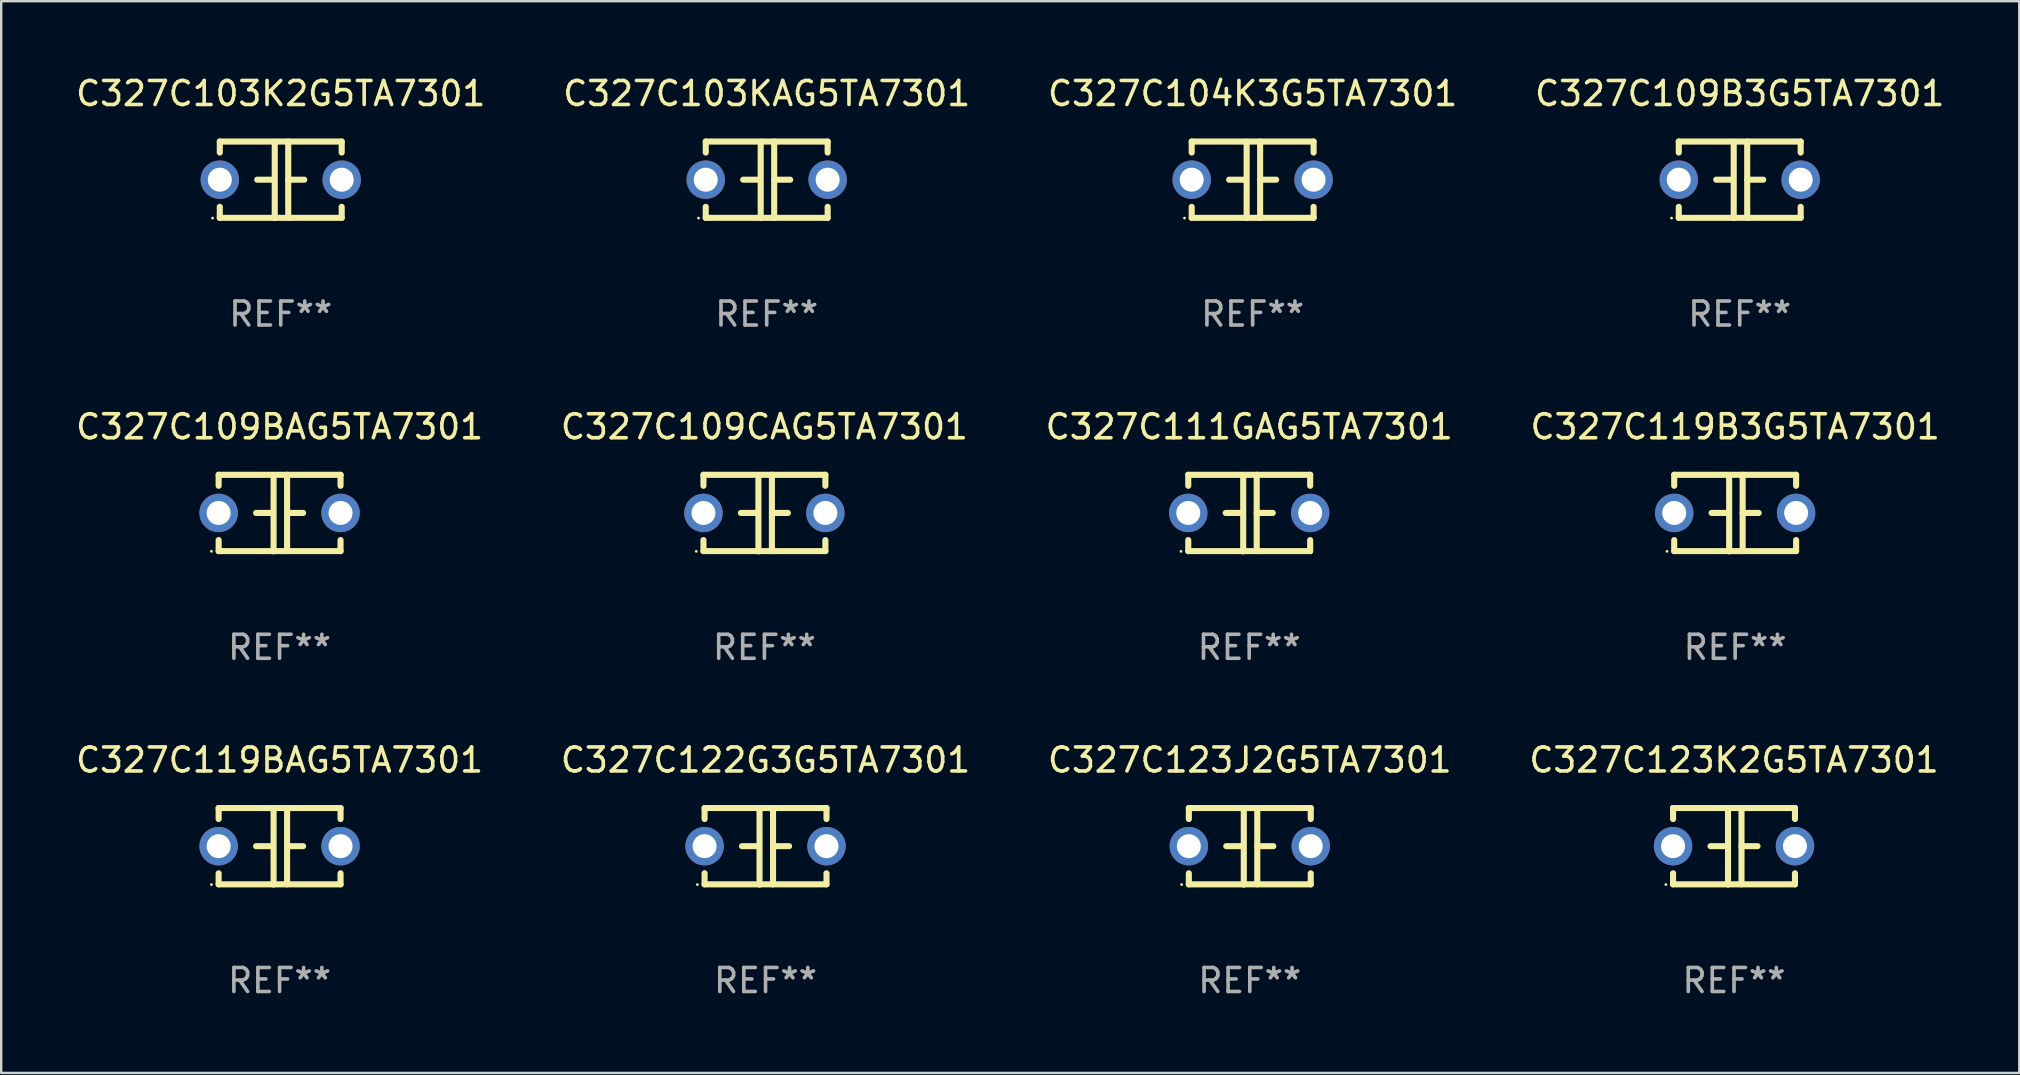
<source format=kicad_pcb>
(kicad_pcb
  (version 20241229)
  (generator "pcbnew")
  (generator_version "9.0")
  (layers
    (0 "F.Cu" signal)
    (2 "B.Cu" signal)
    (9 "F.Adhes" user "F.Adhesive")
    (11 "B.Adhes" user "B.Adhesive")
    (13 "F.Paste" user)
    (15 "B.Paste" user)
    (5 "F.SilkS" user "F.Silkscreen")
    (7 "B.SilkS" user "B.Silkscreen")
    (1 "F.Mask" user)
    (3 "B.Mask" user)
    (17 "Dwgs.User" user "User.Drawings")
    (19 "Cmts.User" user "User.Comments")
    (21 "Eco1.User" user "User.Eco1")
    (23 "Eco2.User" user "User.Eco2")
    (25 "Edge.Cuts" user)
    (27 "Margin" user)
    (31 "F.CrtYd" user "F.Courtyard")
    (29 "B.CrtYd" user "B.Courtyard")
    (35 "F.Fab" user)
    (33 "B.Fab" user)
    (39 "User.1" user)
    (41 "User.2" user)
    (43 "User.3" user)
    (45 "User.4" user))
  (footprint "C327C123J2G5TA7301"
    (layer "F.Cu")
    (at 49.03 32.216)
    (property "Reference" "C327C123J2G5TA7301" (at 0 -3.595 0) (layer "F.SilkS") (effects (font (size 1 1) (thickness 0.15))))
    (attr through_hole)
    (fp_line (start -2.54 -1.595) (end -2.54 -1.136) (stroke (width 0.254) (type solid)) (layer "F.SilkS"))
    (fp_line (start -2.54 -1.595) (end 2.54 -1.595) (stroke (width 0.254) (type solid)) (layer "F.SilkS"))
    (fp_line (start -2.54 1.126) (end -2.54 1.585) (stroke (width 0.254) (type solid)) (layer "F.SilkS"))
    (fp_line (start -0.312 -0.005) (end -0.98 -0.005) (stroke (width 0.254) (type solid)) (layer "F.SilkS"))
    (fp_line (start -0.25 -1.585) (end -0.25 1.595) (stroke (width 0.254) (type solid)) (layer "F.SilkS"))
    (fp_line (start 0.312 -1.595) (end 0.312 1.585) (stroke (width 0.254) (type solid)) (layer "F.SilkS"))
    (fp_line (start 0.312 -0.005) (end 0.98 -0.005) (stroke (width 0.254) (type solid)) (layer "F.SilkS"))
    (fp_line (start 2.54 -1.595) (end 2.54 -1.136) (stroke (width 0.254) (type solid)) (layer "F.SilkS"))
    (fp_line (start 2.54 1.126) (end 2.54 1.585) (stroke (width 0.254) (type solid)) (layer "F.SilkS"))
    (fp_line (start 2.54 1.585) (end -2.54 1.585) (stroke (width 0.254) (type solid)) (layer "F.SilkS"))
    (fp_circle (center -2.84 1.595) (end -2.81 1.595) (stroke (width 0.06) (type solid)) (fill no) (layer "F.SilkS"))
    (fp_text user "REF**" (at 0 5.595 0) (layer "F.Fab") (effects (font (size 1 1) (thickness 0.15))))
    (pad "1" thru_hole circle (at -2.54 -0.005) (size 1.6 1.6) (drill 1) (layers "*.Cu" "*.Mask"))
    (pad "2" thru_hole circle (at 2.54 -0.005) (size 1.6 1.6) (drill 1) (layers "*.Cu" "*.Mask")))
  (footprint "C327C119BAG5TA7301"
    (layer "F.Cu")
    (at 8.601 32.216)
    (property "Reference" "C327C119BAG5TA7301" (at 0 -3.595 0) (layer "F.SilkS") (effects (font (size 1 1) (thickness 0.15))))
    (attr through_hole)
    (fp_line (start -2.54 -1.595) (end -2.54 -1.136) (stroke (width 0.254) (type solid)) (layer "F.SilkS"))
    (fp_line (start -2.54 -1.595) (end 2.54 -1.595) (stroke (width 0.254) (type solid)) (layer "F.SilkS"))
    (fp_line (start -2.54 1.126) (end -2.54 1.585) (stroke (width 0.254) (type solid)) (layer "F.SilkS"))
    (fp_line (start -0.312 -0.005) (end -0.98 -0.005) (stroke (width 0.254) (type solid)) (layer "F.SilkS"))
    (fp_line (start -0.25 -1.585) (end -0.25 1.595) (stroke (width 0.254) (type solid)) (layer "F.SilkS"))
    (fp_line (start 0.312 -1.595) (end 0.312 1.585) (stroke (width 0.254) (type solid)) (layer "F.SilkS"))
    (fp_line (start 0.312 -0.005) (end 0.98 -0.005) (stroke (width 0.254) (type solid)) (layer "F.SilkS"))
    (fp_line (start 2.54 -1.595) (end 2.54 -1.136) (stroke (width 0.254) (type solid)) (layer "F.SilkS"))
    (fp_line (start 2.54 1.126) (end 2.54 1.585) (stroke (width 0.254) (type solid)) (layer "F.SilkS"))
    (fp_line (start 2.54 1.585) (end -2.54 1.585) (stroke (width 0.254) (type solid)) (layer "F.SilkS"))
    (fp_circle (center -2.84 1.595) (end -2.81 1.595) (stroke (width 0.06) (type solid)) (fill no) (layer "F.SilkS"))
    (fp_text user "REF**" (at 0 5.595 0) (layer "F.Fab") (effects (font (size 1 1) (thickness 0.15))))
    (pad "1" thru_hole circle (at -2.54 -0.005) (size 1.6 1.6) (drill 1) (layers "*.Cu" "*.Mask"))
    (pad "2" thru_hole circle (at 2.54 -0.005) (size 1.6 1.6) (drill 1) (layers "*.Cu" "*.Mask")))
  (footprint "C327C109CAG5TA7301"
    (layer "F.Cu")
    (at 28.804 18.33)
    (property "Reference" "C327C109CAG5TA7301" (at 0 -3.595 0) (layer "F.SilkS") (effects (font (size 1 1) (thickness 0.15))))
    (attr through_hole)
    (fp_line (start -2.54 -1.595) (end -2.54 -1.136) (stroke (width 0.254) (type solid)) (layer "F.SilkS"))
    (fp_line (start -2.54 -1.595) (end 2.54 -1.595) (stroke (width 0.254) (type solid)) (layer "F.SilkS"))
    (fp_line (start -2.54 1.126) (end -2.54 1.585) (stroke (width 0.254) (type solid)) (layer "F.SilkS"))
    (fp_line (start -0.312 -0.005) (end -0.98 -0.005) (stroke (width 0.254) (type solid)) (layer "F.SilkS"))
    (fp_line (start -0.25 -1.585) (end -0.25 1.595) (stroke (width 0.254) (type solid)) (layer "F.SilkS"))
    (fp_line (start 0.312 -1.595) (end 0.312 1.585) (stroke (width 0.254) (type solid)) (layer "F.SilkS"))
    (fp_line (start 0.312 -0.005) (end 0.98 -0.005) (stroke (width 0.254) (type solid)) (layer "F.SilkS"))
    (fp_line (start 2.54 -1.595) (end 2.54 -1.136) (stroke (width 0.254) (type solid)) (layer "F.SilkS"))
    (fp_line (start 2.54 1.126) (end 2.54 1.585) (stroke (width 0.254) (type solid)) (layer "F.SilkS"))
    (fp_line (start 2.54 1.585) (end -2.54 1.585) (stroke (width 0.254) (type solid)) (layer "F.SilkS"))
    (fp_circle (center -2.84 1.595) (end -2.81 1.595) (stroke (width 0.06) (type solid)) (fill no) (layer "F.SilkS"))
    (fp_text user "REF**" (at 0 5.595 0) (layer "F.Fab") (effects (font (size 1 1) (thickness 0.15))))
    (pad "1" thru_hole circle (at -2.54 -0.005) (size 1.6 1.6) (drill 1) (layers "*.Cu" "*.Mask"))
    (pad "2" thru_hole circle (at 2.54 -0.005) (size 1.6 1.6) (drill 1) (layers "*.Cu" "*.Mask")))
  (footprint "C327C109BAG5TA7301"
    (layer "F.Cu")
    (at 8.601 18.33)
    (property "Reference" "C327C109BAG5TA7301" (at 0 -3.595 0) (layer "F.SilkS") (effects (font (size 1 1) (thickness 0.15))))
    (attr through_hole)
    (fp_line (start -2.54 -1.595) (end -2.54 -1.136) (stroke (width 0.254) (type solid)) (layer "F.SilkS"))
    (fp_line (start -2.54 -1.595) (end 2.54 -1.595) (stroke (width 0.254) (type solid)) (layer "F.SilkS"))
    (fp_line (start -2.54 1.126) (end -2.54 1.585) (stroke (width 0.254) (type solid)) (layer "F.SilkS"))
    (fp_line (start -0.312 -0.005) (end -0.98 -0.005) (stroke (width 0.254) (type solid)) (layer "F.SilkS"))
    (fp_line (start -0.25 -1.585) (end -0.25 1.595) (stroke (width 0.254) (type solid)) (layer "F.SilkS"))
    (fp_line (start 0.312 -1.595) (end 0.312 1.585) (stroke (width 0.254) (type solid)) (layer "F.SilkS"))
    (fp_line (start 0.312 -0.005) (end 0.98 -0.005) (stroke (width 0.254) (type solid)) (layer "F.SilkS"))
    (fp_line (start 2.54 -1.595) (end 2.54 -1.136) (stroke (width 0.254) (type solid)) (layer "F.SilkS"))
    (fp_line (start 2.54 1.126) (end 2.54 1.585) (stroke (width 0.254) (type solid)) (layer "F.SilkS"))
    (fp_line (start 2.54 1.585) (end -2.54 1.585) (stroke (width 0.254) (type solid)) (layer "F.SilkS"))
    (fp_circle (center -2.84 1.595) (end -2.81 1.595) (stroke (width 0.06) (type solid)) (fill no) (layer "F.SilkS"))
    (fp_text user "REF**" (at 0 5.595 0) (layer "F.Fab") (effects (font (size 1 1) (thickness 0.15))))
    (pad "1" thru_hole circle (at -2.54 -0.005) (size 1.6 1.6) (drill 1) (layers "*.Cu" "*.Mask"))
    (pad "2" thru_hole circle (at 2.54 -0.005) (size 1.6 1.6) (drill 1) (layers "*.Cu" "*.Mask")))
  (footprint "C327C123K2G5TA7301"
    (layer "F.Cu")
    (at 69.208 32.216)
    (property "Reference" "C327C123K2G5TA7301" (at 0 -3.595 0) (layer "F.SilkS") (effects (font (size 1 1) (thickness 0.15))))
    (attr through_hole)
    (fp_line (start -2.54 -1.595) (end -2.54 -1.136) (stroke (width 0.254) (type solid)) (layer "F.SilkS"))
    (fp_line (start -2.54 -1.595) (end 2.54 -1.595) (stroke (width 0.254) (type solid)) (layer "F.SilkS"))
    (fp_line (start -2.54 1.126) (end -2.54 1.585) (stroke (width 0.254) (type solid)) (layer "F.SilkS"))
    (fp_line (start -0.312 -0.005) (end -0.98 -0.005) (stroke (width 0.254) (type solid)) (layer "F.SilkS"))
    (fp_line (start -0.25 -1.585) (end -0.25 1.595) (stroke (width 0.254) (type solid)) (layer "F.SilkS"))
    (fp_line (start 0.312 -1.595) (end 0.312 1.585) (stroke (width 0.254) (type solid)) (layer "F.SilkS"))
    (fp_line (start 0.312 -0.005) (end 0.98 -0.005) (stroke (width 0.254) (type solid)) (layer "F.SilkS"))
    (fp_line (start 2.54 -1.595) (end 2.54 -1.136) (stroke (width 0.254) (type solid)) (layer "F.SilkS"))
    (fp_line (start 2.54 1.126) (end 2.54 1.585) (stroke (width 0.254) (type solid)) (layer "F.SilkS"))
    (fp_line (start 2.54 1.585) (end -2.54 1.585) (stroke (width 0.254) (type solid)) (layer "F.SilkS"))
    (fp_circle (center -2.84 1.595) (end -2.81 1.595) (stroke (width 0.06) (type solid)) (fill no) (layer "F.SilkS"))
    (fp_text user "REF**" (at 0 5.595 0) (layer "F.Fab") (effects (font (size 1 1) (thickness 0.15))))
    (pad "1" thru_hole circle (at -2.54 -0.005) (size 1.6 1.6) (drill 1) (layers "*.Cu" "*.Mask"))
    (pad "2" thru_hole circle (at 2.54 -0.005) (size 1.6 1.6) (drill 1) (layers "*.Cu" "*.Mask")))
  (footprint "C327C109B3G5TA7301"
    (layer "F.Cu")
    (at 69.446 4.443)
    (property "Reference" "C327C109B3G5TA7301" (at 0 -3.595 0) (layer "F.SilkS") (effects (font (size 1 1) (thickness 0.15))))
    (attr through_hole)
    (fp_line (start -2.54 -1.595) (end -2.54 -1.136) (stroke (width 0.254) (type solid)) (layer "F.SilkS"))
    (fp_line (start -2.54 -1.595) (end 2.54 -1.595) (stroke (width 0.254) (type solid)) (layer "F.SilkS"))
    (fp_line (start -2.54 1.126) (end -2.54 1.585) (stroke (width 0.254) (type solid)) (layer "F.SilkS"))
    (fp_line (start -0.312 -0.005) (end -0.98 -0.005) (stroke (width 0.254) (type solid)) (layer "F.SilkS"))
    (fp_line (start -0.25 -1.585) (end -0.25 1.595) (stroke (width 0.254) (type solid)) (layer "F.SilkS"))
    (fp_line (start 0.312 -1.595) (end 0.312 1.585) (stroke (width 0.254) (type solid)) (layer "F.SilkS"))
    (fp_line (start 0.312 -0.005) (end 0.98 -0.005) (stroke (width 0.254) (type solid)) (layer "F.SilkS"))
    (fp_line (start 2.54 -1.595) (end 2.54 -1.136) (stroke (width 0.254) (type solid)) (layer "F.SilkS"))
    (fp_line (start 2.54 1.126) (end 2.54 1.585) (stroke (width 0.254) (type solid)) (layer "F.SilkS"))
    (fp_line (start 2.54 1.585) (end -2.54 1.585) (stroke (width 0.254) (type solid)) (layer "F.SilkS"))
    (fp_circle (center -2.84 1.595) (end -2.81 1.595) (stroke (width 0.06) (type solid)) (fill no) (layer "F.SilkS"))
    (fp_text user "REF**" (at 0 5.595 0) (layer "F.Fab") (effects (font (size 1 1) (thickness 0.15))))
    (pad "1" thru_hole circle (at -2.54 -0.005) (size 1.6 1.6) (drill 1) (layers "*.Cu" "*.Mask"))
    (pad "2" thru_hole circle (at 2.54 -0.005) (size 1.6 1.6) (drill 1) (layers "*.Cu" "*.Mask")))
  (footprint "C327C103K2G5TA7301"
    (layer "F.Cu")
    (at 8.649 4.443)
    (property "Reference" "C327C103K2G5TA7301" (at 0 -3.595 0) (layer "F.SilkS") (effects (font (size 1 1) (thickness 0.15))))
    (attr through_hole)
    (fp_line (start -2.54 -1.595) (end -2.54 -1.136) (stroke (width 0.254) (type solid)) (layer "F.SilkS"))
    (fp_line (start -2.54 -1.595) (end 2.54 -1.595) (stroke (width 0.254) (type solid)) (layer "F.SilkS"))
    (fp_line (start -2.54 1.126) (end -2.54 1.585) (stroke (width 0.254) (type solid)) (layer "F.SilkS"))
    (fp_line (start -0.312 -0.005) (end -0.98 -0.005) (stroke (width 0.254) (type solid)) (layer "F.SilkS"))
    (fp_line (start -0.25 -1.585) (end -0.25 1.595) (stroke (width 0.254) (type solid)) (layer "F.SilkS"))
    (fp_line (start 0.312 -1.595) (end 0.312 1.585) (stroke (width 0.254) (type solid)) (layer "F.SilkS"))
    (fp_line (start 0.312 -0.005) (end 0.98 -0.005) (stroke (width 0.254) (type solid)) (layer "F.SilkS"))
    (fp_line (start 2.54 -1.595) (end 2.54 -1.136) (stroke (width 0.254) (type solid)) (layer "F.SilkS"))
    (fp_line (start 2.54 1.126) (end 2.54 1.585) (stroke (width 0.254) (type solid)) (layer "F.SilkS"))
    (fp_line (start 2.54 1.585) (end -2.54 1.585) (stroke (width 0.254) (type solid)) (layer "F.SilkS"))
    (fp_circle (center -2.84 1.595) (end -2.81 1.595) (stroke (width 0.06) (type solid)) (fill no) (layer "F.SilkS"))
    (fp_text user "REF**" (at 0 5.595 0) (layer "F.Fab") (effects (font (size 1 1) (thickness 0.15))))
    (pad "1" thru_hole circle (at -2.54 -0.005) (size 1.6 1.6) (drill 1) (layers "*.Cu" "*.Mask"))
    (pad "2" thru_hole circle (at 2.54 -0.005) (size 1.6 1.6) (drill 1) (layers "*.Cu" "*.Mask")))
  (footprint "C327C111GAG5TA7301"
    (layer "F.Cu")
    (at 49.006 18.33)
    (property "Reference" "C327C111GAG5TA7301" (at 0 -3.595 0) (layer "F.SilkS") (effects (font (size 1 1) (thickness 0.15))))
    (attr through_hole)
    (fp_line (start -2.54 -1.595) (end -2.54 -1.136) (stroke (width 0.254) (type solid)) (layer "F.SilkS"))
    (fp_line (start -2.54 -1.595) (end 2.54 -1.595) (stroke (width 0.254) (type solid)) (layer "F.SilkS"))
    (fp_line (start -2.54 1.126) (end -2.54 1.585) (stroke (width 0.254) (type solid)) (layer "F.SilkS"))
    (fp_line (start -0.312 -0.005) (end -0.98 -0.005) (stroke (width 0.254) (type solid)) (layer "F.SilkS"))
    (fp_line (start -0.25 -1.585) (end -0.25 1.595) (stroke (width 0.254) (type solid)) (layer "F.SilkS"))
    (fp_line (start 0.312 -1.595) (end 0.312 1.585) (stroke (width 0.254) (type solid)) (layer "F.SilkS"))
    (fp_line (start 0.312 -0.005) (end 0.98 -0.005) (stroke (width 0.254) (type solid)) (layer "F.SilkS"))
    (fp_line (start 2.54 -1.595) (end 2.54 -1.136) (stroke (width 0.254) (type solid)) (layer "F.SilkS"))
    (fp_line (start 2.54 1.126) (end 2.54 1.585) (stroke (width 0.254) (type solid)) (layer "F.SilkS"))
    (fp_line (start 2.54 1.585) (end -2.54 1.585) (stroke (width 0.254) (type solid)) (layer "F.SilkS"))
    (fp_circle (center -2.84 1.595) (end -2.81 1.595) (stroke (width 0.06) (type solid)) (fill no) (layer "F.SilkS"))
    (fp_text user "REF**" (at 0 5.595 0) (layer "F.Fab") (effects (font (size 1 1) (thickness 0.15))))
    (pad "1" thru_hole circle (at -2.54 -0.005) (size 1.6 1.6) (drill 1) (layers "*.Cu" "*.Mask"))
    (pad "2" thru_hole circle (at 2.54 -0.005) (size 1.6 1.6) (drill 1) (layers "*.Cu" "*.Mask")))
  (footprint "C327C122G3G5TA7301"
    (layer "F.Cu")
    (at 28.851 32.216)
    (property "Reference" "C327C122G3G5TA7301" (at 0 -3.595 0) (layer "F.SilkS") (effects (font (size 1 1) (thickness 0.15))))
    (attr through_hole)
    (fp_line (start -2.54 -1.595) (end -2.54 -1.136) (stroke (width 0.254) (type solid)) (layer "F.SilkS"))
    (fp_line (start -2.54 -1.595) (end 2.54 -1.595) (stroke (width 0.254) (type solid)) (layer "F.SilkS"))
    (fp_line (start -2.54 1.126) (end -2.54 1.585) (stroke (width 0.254) (type solid)) (layer "F.SilkS"))
    (fp_line (start -0.312 -0.005) (end -0.98 -0.005) (stroke (width 0.254) (type solid)) (layer "F.SilkS"))
    (fp_line (start -0.25 -1.585) (end -0.25 1.595) (stroke (width 0.254) (type solid)) (layer "F.SilkS"))
    (fp_line (start 0.312 -1.595) (end 0.312 1.585) (stroke (width 0.254) (type solid)) (layer "F.SilkS"))
    (fp_line (start 0.312 -0.005) (end 0.98 -0.005) (stroke (width 0.254) (type solid)) (layer "F.SilkS"))
    (fp_line (start 2.54 -1.595) (end 2.54 -1.136) (stroke (width 0.254) (type solid)) (layer "F.SilkS"))
    (fp_line (start 2.54 1.126) (end 2.54 1.585) (stroke (width 0.254) (type solid)) (layer "F.SilkS"))
    (fp_line (start 2.54 1.585) (end -2.54 1.585) (stroke (width 0.254) (type solid)) (layer "F.SilkS"))
    (fp_circle (center -2.84 1.595) (end -2.81 1.595) (stroke (width 0.06) (type solid)) (fill no) (layer "F.SilkS"))
    (fp_text user "REF**" (at 0 5.595 0) (layer "F.Fab") (effects (font (size 1 1) (thickness 0.15))))
    (pad "1" thru_hole circle (at -2.54 -0.005) (size 1.6 1.6) (drill 1) (layers "*.Cu" "*.Mask"))
    (pad "2" thru_hole circle (at 2.54 -0.005) (size 1.6 1.6) (drill 1) (layers "*.Cu" "*.Mask")))
  (footprint "C327C103KAG5TA7301"
    (layer "F.Cu")
    (at 28.899 4.443)
    (property "Reference" "C327C103KAG5TA7301" (at 0 -3.595 0) (layer "F.SilkS") (effects (font (size 1 1) (thickness 0.15))))
    (attr through_hole)
    (fp_line (start -2.54 -1.595) (end -2.54 -1.136) (stroke (width 0.254) (type solid)) (layer "F.SilkS"))
    (fp_line (start -2.54 -1.595) (end 2.54 -1.595) (stroke (width 0.254) (type solid)) (layer "F.SilkS"))
    (fp_line (start -2.54 1.126) (end -2.54 1.585) (stroke (width 0.254) (type solid)) (layer "F.SilkS"))
    (fp_line (start -0.312 -0.005) (end -0.98 -0.005) (stroke (width 0.254) (type solid)) (layer "F.SilkS"))
    (fp_line (start -0.25 -1.585) (end -0.25 1.595) (stroke (width 0.254) (type solid)) (layer "F.SilkS"))
    (fp_line (start 0.312 -1.595) (end 0.312 1.585) (stroke (width 0.254) (type solid)) (layer "F.SilkS"))
    (fp_line (start 0.312 -0.005) (end 0.98 -0.005) (stroke (width 0.254) (type solid)) (layer "F.SilkS"))
    (fp_line (start 2.54 -1.595) (end 2.54 -1.136) (stroke (width 0.254) (type solid)) (layer "F.SilkS"))
    (fp_line (start 2.54 1.126) (end 2.54 1.585) (stroke (width 0.254) (type solid)) (layer "F.SilkS"))
    (fp_line (start 2.54 1.585) (end -2.54 1.585) (stroke (width 0.254) (type solid)) (layer "F.SilkS"))
    (fp_circle (center -2.84 1.595) (end -2.81 1.595) (stroke (width 0.06) (type solid)) (fill no) (layer "F.SilkS"))
    (fp_text user "REF**" (at 0 5.595 0) (layer "F.Fab") (effects (font (size 1 1) (thickness 0.15))))
    (pad "1" thru_hole circle (at -2.54 -0.005) (size 1.6 1.6) (drill 1) (layers "*.Cu" "*.Mask"))
    (pad "2" thru_hole circle (at 2.54 -0.005) (size 1.6 1.6) (drill 1) (layers "*.Cu" "*.Mask")))
  (footprint "C327C119B3G5TA7301"
    (layer "F.Cu")
    (at 69.256 18.33)
    (property "Reference" "C327C119B3G5TA7301" (at 0 -3.595 0) (layer "F.SilkS") (effects (font (size 1 1) (thickness 0.15))))
    (attr through_hole)
    (fp_line (start -2.54 -1.595) (end -2.54 -1.136) (stroke (width 0.254) (type solid)) (layer "F.SilkS"))
    (fp_line (start -2.54 -1.595) (end 2.54 -1.595) (stroke (width 0.254) (type solid)) (layer "F.SilkS"))
    (fp_line (start -2.54 1.126) (end -2.54 1.585) (stroke (width 0.254) (type solid)) (layer "F.SilkS"))
    (fp_line (start -0.312 -0.005) (end -0.98 -0.005) (stroke (width 0.254) (type solid)) (layer "F.SilkS"))
    (fp_line (start -0.25 -1.585) (end -0.25 1.595) (stroke (width 0.254) (type solid)) (layer "F.SilkS"))
    (fp_line (start 0.312 -1.595) (end 0.312 1.585) (stroke (width 0.254) (type solid)) (layer "F.SilkS"))
    (fp_line (start 0.312 -0.005) (end 0.98 -0.005) (stroke (width 0.254) (type solid)) (layer "F.SilkS"))
    (fp_line (start 2.54 -1.595) (end 2.54 -1.136) (stroke (width 0.254) (type solid)) (layer "F.SilkS"))
    (fp_line (start 2.54 1.126) (end 2.54 1.585) (stroke (width 0.254) (type solid)) (layer "F.SilkS"))
    (fp_line (start 2.54 1.585) (end -2.54 1.585) (stroke (width 0.254) (type solid)) (layer "F.SilkS"))
    (fp_circle (center -2.84 1.595) (end -2.81 1.595) (stroke (width 0.06) (type solid)) (fill no) (layer "F.SilkS"))
    (fp_text user "REF**" (at 0 5.595 0) (layer "F.Fab") (effects (font (size 1 1) (thickness 0.15))))
    (pad "1" thru_hole circle (at -2.54 -0.005) (size 1.6 1.6) (drill 1) (layers "*.Cu" "*.Mask"))
    (pad "2" thru_hole circle (at 2.54 -0.005) (size 1.6 1.6) (drill 1) (layers "*.Cu" "*.Mask")))
  (footprint "C327C104K3G5TA7301"
    (layer "F.Cu")
    (at 49.149 4.443)
    (property "Reference" "C327C104K3G5TA7301" (at 0 -3.595 0) (layer "F.SilkS") (effects (font (size 1 1) (thickness 0.15))))
    (attr through_hole)
    (fp_line (start -2.54 -1.595) (end -2.54 -1.136) (stroke (width 0.254) (type solid)) (layer "F.SilkS"))
    (fp_line (start -2.54 -1.595) (end 2.54 -1.595) (stroke (width 0.254) (type solid)) (layer "F.SilkS"))
    (fp_line (start -2.54 1.126) (end -2.54 1.585) (stroke (width 0.254) (type solid)) (layer "F.SilkS"))
    (fp_line (start -0.312 -0.005) (end -0.98 -0.005) (stroke (width 0.254) (type solid)) (layer "F.SilkS"))
    (fp_line (start -0.25 -1.585) (end -0.25 1.595) (stroke (width 0.254) (type solid)) (layer "F.SilkS"))
    (fp_line (start 0.312 -1.595) (end 0.312 1.585) (stroke (width 0.254) (type solid)) (layer "F.SilkS"))
    (fp_line (start 0.312 -0.005) (end 0.98 -0.005) (stroke (width 0.254) (type solid)) (layer "F.SilkS"))
    (fp_line (start 2.54 -1.595) (end 2.54 -1.136) (stroke (width 0.254) (type solid)) (layer "F.SilkS"))
    (fp_line (start 2.54 1.126) (end 2.54 1.585) (stroke (width 0.254) (type solid)) (layer "F.SilkS"))
    (fp_line (start 2.54 1.585) (end -2.54 1.585) (stroke (width 0.254) (type solid)) (layer "F.SilkS"))
    (fp_circle (center -2.84 1.595) (end -2.81 1.595) (stroke (width 0.06) (type solid)) (fill no) (layer "F.SilkS"))
    (fp_text user "REF**" (at 0 5.595 0) (layer "F.Fab") (effects (font (size 1 1) (thickness 0.15))))
    (pad "1" thru_hole circle (at -2.54 -0.005) (size 1.6 1.6) (drill 1) (layers "*.Cu" "*.Mask"))
    (pad "2" thru_hole circle (at 2.54 -0.005) (size 1.6 1.6) (drill 1) (layers "*.Cu" "*.Mask")))
  (gr_rect
    (start -3 -3)
    (end 81.095 41.659)
    (stroke (width 0.1) (type default))
    (fill no)
    (layer "Edge.Cuts")))
</source>
